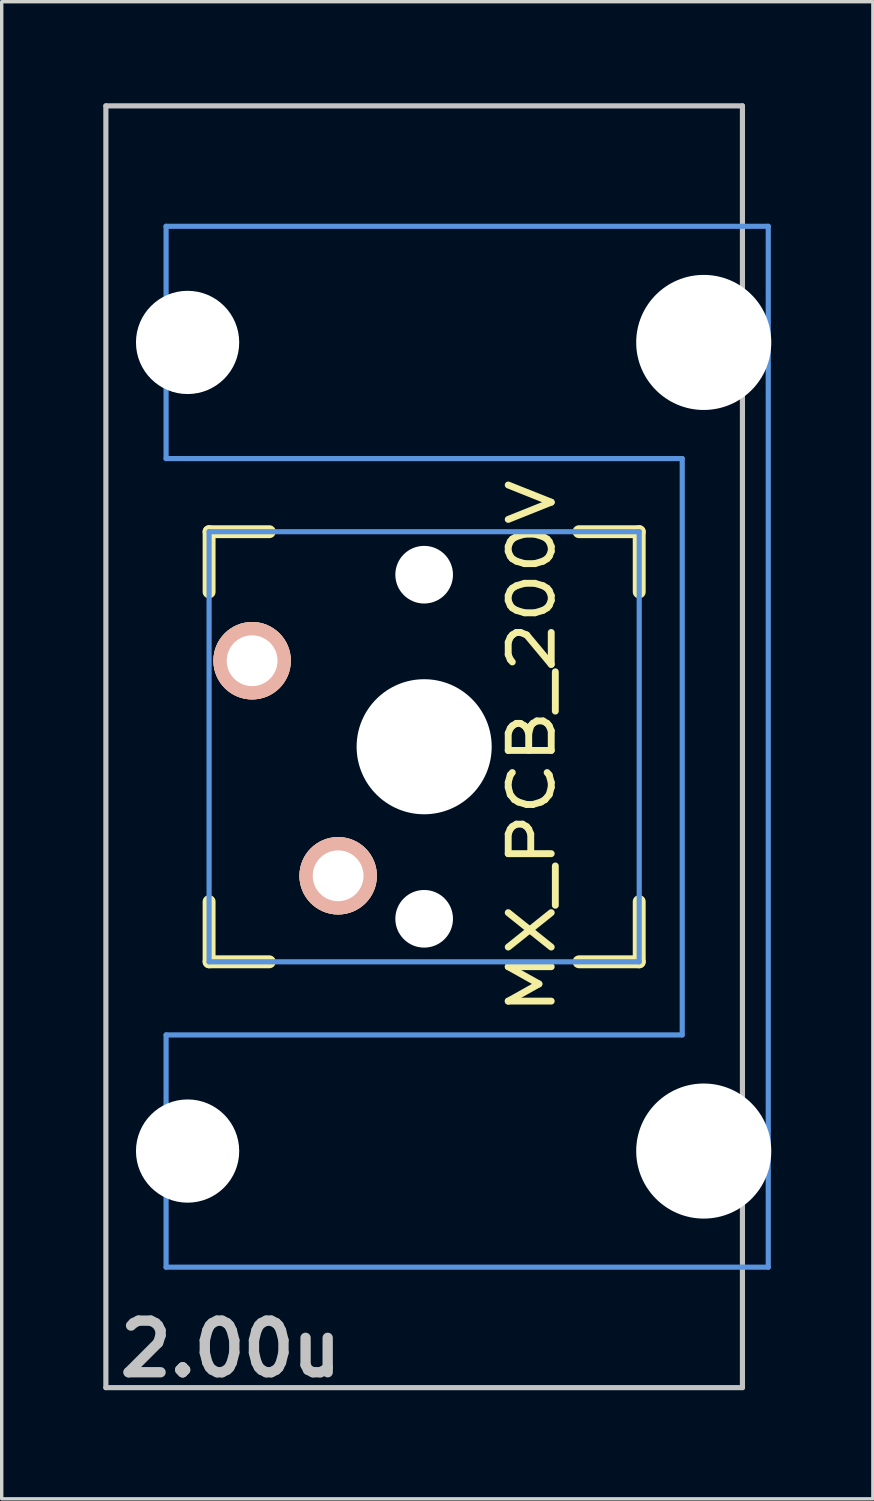
<source format=kicad_pcb>
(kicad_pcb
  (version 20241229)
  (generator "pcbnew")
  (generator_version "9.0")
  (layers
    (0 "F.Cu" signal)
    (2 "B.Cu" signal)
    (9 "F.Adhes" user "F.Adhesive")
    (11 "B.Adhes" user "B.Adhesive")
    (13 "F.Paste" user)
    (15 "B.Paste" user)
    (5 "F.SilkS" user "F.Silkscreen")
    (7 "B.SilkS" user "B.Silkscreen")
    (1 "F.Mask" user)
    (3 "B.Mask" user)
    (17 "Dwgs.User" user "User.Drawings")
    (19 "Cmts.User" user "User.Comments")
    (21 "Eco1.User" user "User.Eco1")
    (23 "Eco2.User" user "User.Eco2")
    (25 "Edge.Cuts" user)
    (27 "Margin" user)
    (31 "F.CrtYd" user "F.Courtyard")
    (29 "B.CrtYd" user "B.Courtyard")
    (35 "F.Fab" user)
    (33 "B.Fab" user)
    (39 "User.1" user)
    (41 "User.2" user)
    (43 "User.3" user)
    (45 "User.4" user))
  (footprint "MX_PCB_200V"
    (layer "F.Cu")
    (at 9.474 18.999)
    (property "Reference" "MX_PCB_200V" (at 3.175 0 90) (layer "F.SilkS") (effects (font (size 1.27 1.524) (thickness 0.203))))
    (attr through_hole)
    (fp_line (start -6.35 -6.35) (end -4.572 -6.35) (stroke (width 0.381) (type solid)) (layer "F.SilkS"))
    (fp_line (start -6.35 -4.572) (end -6.35 -6.35) (stroke (width 0.381) (type solid)) (layer "F.SilkS"))
    (fp_line (start -6.35 6.35) (end -6.35 4.572) (stroke (width 0.381) (type solid)) (layer "F.SilkS"))
    (fp_line (start -4.572 6.35) (end -6.35 6.35) (stroke (width 0.381) (type solid)) (layer "F.SilkS"))
    (fp_line (start 4.572 -6.35) (end 6.35 -6.35) (stroke (width 0.381) (type solid)) (layer "F.SilkS"))
    (fp_line (start 6.35 -6.35) (end 6.35 -4.572) (stroke (width 0.381) (type solid)) (layer "F.SilkS"))
    (fp_line (start 6.35 4.572) (end 6.35 6.35) (stroke (width 0.381) (type solid)) (layer "F.SilkS"))
    (fp_line (start 6.35 6.35) (end 4.572 6.35) (stroke (width 0.381) (type solid)) (layer "F.SilkS"))
    (fp_line (start -9.398 -18.923) (end 9.398 -18.923) (stroke (width 0.152) (type solid)) (layer "Dwgs.User"))
    (fp_line (start -9.398 18.923) (end -9.398 -18.923) (stroke (width 0.152) (type solid)) (layer "Dwgs.User"))
    (fp_line (start 9.398 -18.923) (end 9.398 18.923) (stroke (width 0.152) (type solid)) (layer "Dwgs.User"))
    (fp_line (start 9.398 18.923) (end -9.398 18.923) (stroke (width 0.152) (type solid)) (layer "Dwgs.User"))
    (fp_line (start -7.62 -15.367) (end -7.62 -8.509) (stroke (width 0.152) (type solid)) (layer "Cmts.User"))
    (fp_line (start -7.62 -8.509) (end 7.62 -8.509) (stroke (width 0.152) (type solid)) (layer "Cmts.User"))
    (fp_line (start -7.62 8.509) (end -7.62 15.367) (stroke (width 0.152) (type solid)) (layer "Cmts.User"))
    (fp_line (start -7.62 15.367) (end 10.16 15.367) (stroke (width 0.152) (type solid)) (layer "Cmts.User"))
    (fp_line (start -6.35 -6.35) (end 6.35 -6.35) (stroke (width 0.152) (type solid)) (layer "Cmts.User"))
    (fp_line (start -6.35 6.35) (end -6.35 -6.35) (stroke (width 0.152) (type solid)) (layer "Cmts.User"))
    (fp_line (start 6.35 -6.35) (end 6.35 6.35) (stroke (width 0.152) (type solid)) (layer "Cmts.User"))
    (fp_line (start 6.35 6.35) (end -6.35 6.35) (stroke (width 0.152) (type solid)) (layer "Cmts.User"))
    (fp_line (start 7.62 -8.509) (end 7.62 8.509) (stroke (width 0.152) (type solid)) (layer "Cmts.User"))
    (fp_line (start 7.62 8.509) (end -7.62 8.509) (stroke (width 0.152) (type solid)) (layer "Cmts.User"))
    (fp_line (start 10.16 -15.367) (end -7.62 -15.367) (stroke (width 0.152) (type solid)) (layer "Cmts.User"))
    (fp_line (start 10.16 15.367) (end 10.16 -15.367) (stroke (width 0.152) (type solid)) (layer "Cmts.User"))
    (fp_line (start -6.985 -6.985) (end -4.877 -6.985) (stroke (width 0.152) (type solid)) (layer "Eco2.User"))
    (fp_line (start -6.985 6.985) (end -6.985 -6.985) (stroke (width 0.152) (type solid)) (layer "Eco2.User"))
    (fp_line (start -5.69 -15.265) (end -2.286 -15.265) (stroke (width 0.152) (type solid)) (layer "Eco2.User"))
    (fp_line (start -5.69 -8.611) (end -5.69 -15.265) (stroke (width 0.152) (type solid)) (layer "Eco2.User"))
    (fp_line (start -5.69 8.611) (end -4.877 8.611) (stroke (width 0.152) (type solid)) (layer "Eco2.User"))
    (fp_line (start -5.69 15.265) (end -5.69 8.611) (stroke (width 0.152) (type solid)) (layer "Eco2.User"))
    (fp_line (start -4.877 -8.611) (end -5.69 -8.611) (stroke (width 0.152) (type solid)) (layer "Eco2.User"))
    (fp_line (start -4.877 -6.985) (end -4.877 -8.611) (stroke (width 0.152) (type solid)) (layer "Eco2.User"))
    (fp_line (start -4.877 6.985) (end -6.985 6.985) (stroke (width 0.152) (type solid)) (layer "Eco2.User"))
    (fp_line (start -4.877 8.611) (end -4.877 6.985) (stroke (width 0.152) (type solid)) (layer "Eco2.User"))
    (fp_line (start -2.286 -16.129) (end 0.508 -16.129) (stroke (width 0.152) (type solid)) (layer "Eco2.User"))
    (fp_line (start -2.286 -15.265) (end -2.286 -16.129) (stroke (width 0.152) (type solid)) (layer "Eco2.User"))
    (fp_line (start -2.286 15.265) (end -5.69 15.265) (stroke (width 0.152) (type solid)) (layer "Eco2.User"))
    (fp_line (start -2.286 16.129) (end -2.286 15.265) (stroke (width 0.152) (type solid)) (layer "Eco2.User"))
    (fp_line (start 0.508 -16.129) (end 0.508 -15.265) (stroke (width 0.152) (type solid)) (layer "Eco2.User"))
    (fp_line (start 0.508 -15.265) (end 6.604 -15.265) (stroke (width 0.152) (type solid)) (layer "Eco2.User"))
    (fp_line (start 0.508 15.265) (end 0.508 16.129) (stroke (width 0.152) (type solid)) (layer "Eco2.User"))
    (fp_line (start 0.508 16.129) (end -2.286 16.129) (stroke (width 0.152) (type solid)) (layer "Eco2.User"))
    (fp_line (start 5.817 -8.611) (end 5.817 -6.985) (stroke (width 0.152) (type solid)) (layer "Eco2.User"))
    (fp_line (start 5.817 -6.985) (end 6.985 -6.985) (stroke (width 0.152) (type solid)) (layer "Eco2.User"))
    (fp_line (start 5.817 6.985) (end 5.817 8.611) (stroke (width 0.152) (type solid)) (layer "Eco2.User"))
    (fp_line (start 5.817 8.611) (end 6.604 8.611) (stroke (width 0.152) (type solid)) (layer "Eco2.User"))
    (fp_line (start 6.604 -15.265) (end 6.604 -14.224) (stroke (width 0.152) (type solid)) (layer "Eco2.User"))
    (fp_line (start 6.604 -14.224) (end 7.772 -14.224) (stroke (width 0.152) (type solid)) (layer "Eco2.User"))
    (fp_line (start 6.604 -9.652) (end 6.604 -8.611) (stroke (width 0.152) (type solid)) (layer "Eco2.User"))
    (fp_line (start 6.604 -8.611) (end 5.817 -8.611) (stroke (width 0.152) (type solid)) (layer "Eco2.User"))
    (fp_line (start 6.604 8.611) (end 6.604 9.652) (stroke (width 0.152) (type solid)) (layer "Eco2.User"))
    (fp_line (start 6.604 9.652) (end 7.772 9.652) (stroke (width 0.152) (type solid)) (layer "Eco2.User"))
    (fp_line (start 6.604 14.224) (end 6.604 15.265) (stroke (width 0.152) (type solid)) (layer "Eco2.User"))
    (fp_line (start 6.604 15.265) (end 0.508 15.265) (stroke (width 0.152) (type solid)) (layer "Eco2.User"))
    (fp_line (start 6.985 -6.985) (end 6.985 6.985) (stroke (width 0.152) (type solid)) (layer "Eco2.User"))
    (fp_line (start 6.985 6.985) (end 5.817 6.985) (stroke (width 0.152) (type solid)) (layer "Eco2.User"))
    (fp_line (start 7.772 -14.224) (end 7.772 -9.652) (stroke (width 0.152) (type solid)) (layer "Eco2.User"))
    (fp_line (start 7.772 -9.652) (end 6.604 -9.652) (stroke (width 0.152) (type solid)) (layer "Eco2.User"))
    (fp_line (start 7.772 9.652) (end 7.772 14.224) (stroke (width 0.152) (type solid)) (layer "Eco2.User"))
    (fp_line (start 7.772 14.224) (end 6.604 14.224) (stroke (width 0.152) (type solid)) (layer "Eco2.User"))
    (fp_text user "2.00u" (at -5.715 17.78 0) (layer "Dwgs.User") (effects (font (size 1.524 1.524) (thickness 0.305))))
    (pad "" np_thru_hole circle (at -6.985 -11.938 90) (size 3.048 3.048) (drill 3.048) (layers "*.Cu"))
    (pad "" np_thru_hole circle (at -6.985 11.938 90) (size 3.048 3.048) (drill 3.048) (layers "*.Cu"))
    (pad "" np_thru_hole circle (at 0 -5.08 90) (size 1.702 1.702) (drill 1.702) (layers "*.Cu"))
    (pad "" np_thru_hole circle (at 0 0 90) (size 3.988 3.988) (drill 3.988) (layers "*.Cu"))
    (pad "" np_thru_hole circle (at 0 5.08 90) (size 1.702 1.702) (drill 1.702) (layers "*.Cu"))
    (pad "" np_thru_hole circle (at 8.255 -11.938 90) (size 3.988 3.988) (drill 3.988) (layers "*.Cu"))
    (pad "" np_thru_hole circle (at 8.255 11.938 90) (size 3.988 3.988) (drill 3.988) (layers "*.Cu"))
    (pad "1" thru_hole circle (at -5.08 -2.54 90) (size 2.286 2.286) (drill 1.499) (layers "*.Cu" "*.SilkS" "*.Mask"))
    (pad "2" thru_hole circle (at -2.54 3.81 90) (size 2.286 2.286) (drill 1.499) (layers "*.Cu" "*.SilkS" "*.Mask")))
  (gr_rect
    (start -3 -3)
    (end 22.723 41.206)
    (stroke (width 0.1) (type default))
    (fill no)
    (layer "Edge.Cuts")))
</source>
